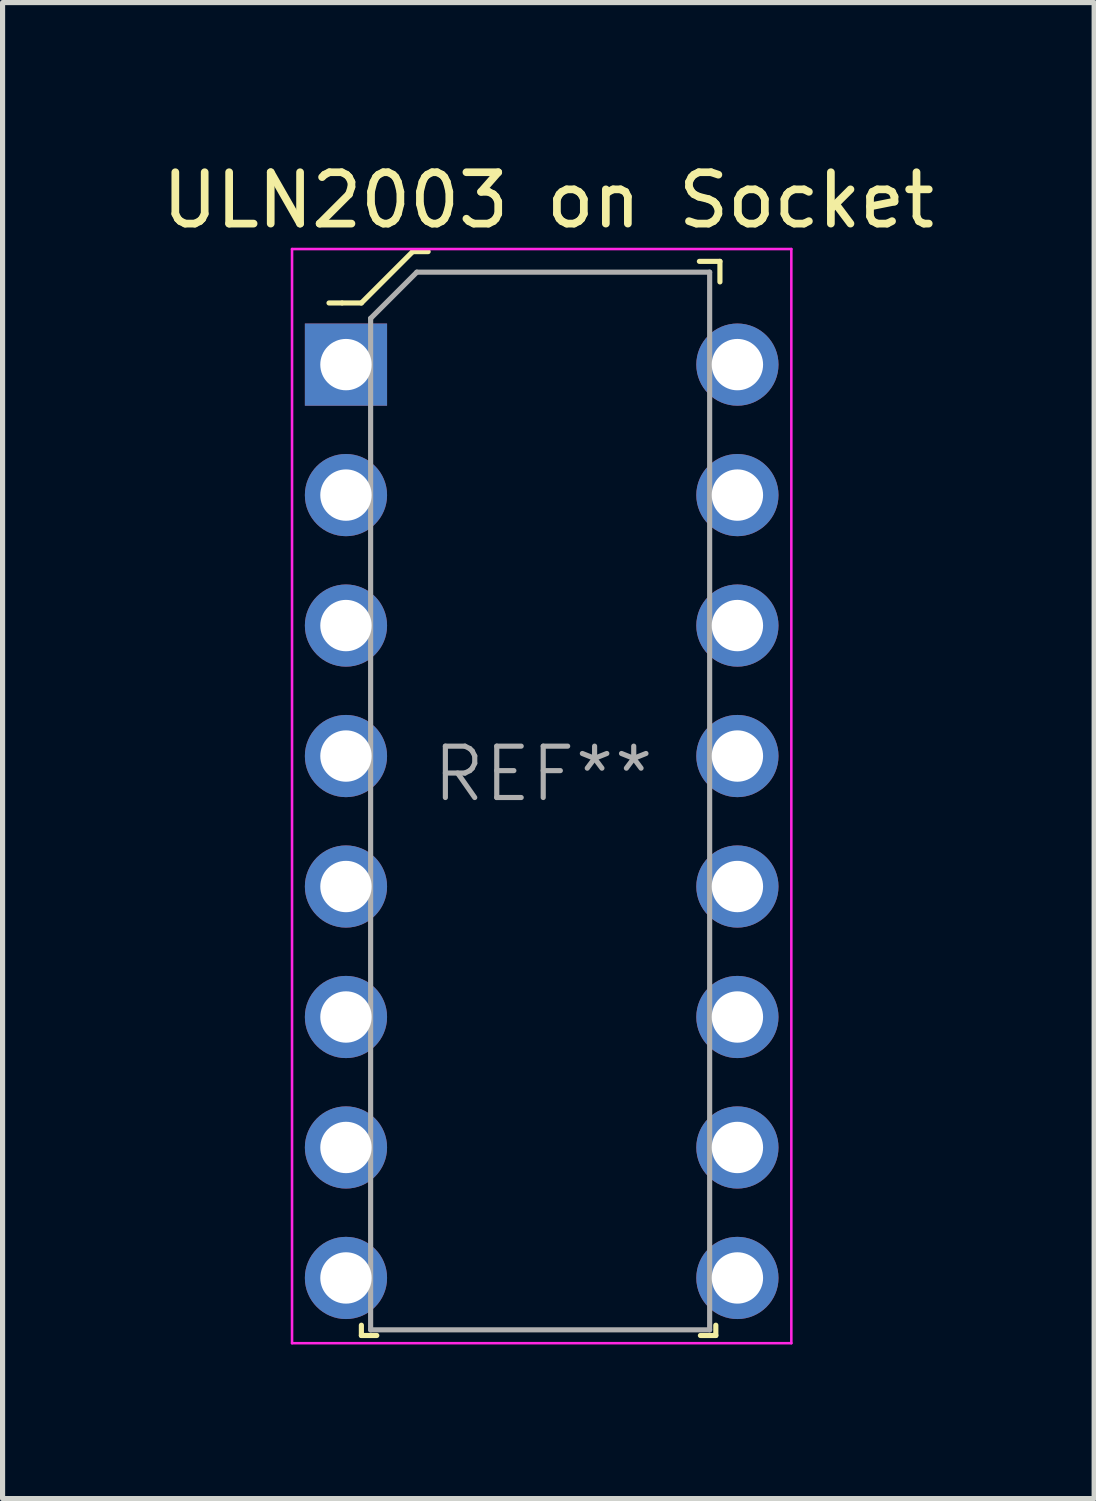
<source format=kicad_pcb>
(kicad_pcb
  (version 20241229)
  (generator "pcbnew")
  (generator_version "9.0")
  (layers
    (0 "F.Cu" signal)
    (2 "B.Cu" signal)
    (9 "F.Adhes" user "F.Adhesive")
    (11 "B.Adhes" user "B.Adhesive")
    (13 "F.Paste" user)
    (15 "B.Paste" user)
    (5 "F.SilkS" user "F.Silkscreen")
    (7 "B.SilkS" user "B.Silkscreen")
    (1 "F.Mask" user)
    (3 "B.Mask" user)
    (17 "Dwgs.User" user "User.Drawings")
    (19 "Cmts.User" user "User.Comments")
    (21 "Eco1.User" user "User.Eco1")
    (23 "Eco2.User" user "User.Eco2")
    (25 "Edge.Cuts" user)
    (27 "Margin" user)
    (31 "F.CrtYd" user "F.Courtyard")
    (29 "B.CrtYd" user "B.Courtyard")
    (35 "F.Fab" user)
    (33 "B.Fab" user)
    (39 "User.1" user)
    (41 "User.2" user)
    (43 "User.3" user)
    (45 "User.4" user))
  (footprint "ULN2003 on Socket"
    (layer "F.Cu")
    (at 3.685 4.048)
    (property "Reference" "ULN2003 on Socket" (at 3.94 -3.2 0) (layer "F.SilkS") (effects (font (size 1 1) (thickness 0.15))))
    (attr through_hole)
    (fp_line (start -0.08 -1.2) (end -0.33 -1.2) (stroke (width 0.1) (type solid)) (layer "F.SilkS"))
    (fp_line (start 0.3 -1.2) (end -0.07 -1.2) (stroke (width 0.1) (type solid)) (layer "F.SilkS"))
    (fp_line (start 0.3 18.7) (end 0.3 18.9) (stroke (width 0.1) (type solid)) (layer "F.SilkS"))
    (fp_line (start 0.3 18.9) (end 0.6 18.9) (stroke (width 0.1) (type solid)) (layer "F.SilkS"))
    (fp_line (start 1.3 -2.2) (end 0.3 -1.2) (stroke (width 0.1) (type solid)) (layer "F.SilkS"))
    (fp_line (start 1.6 -2.2) (end 1.3 -2.2) (stroke (width 0.1) (type solid)) (layer "F.SilkS"))
    (fp_line (start 6.9 18.9) (end 7.2 18.9) (stroke (width 0.1) (type solid)) (layer "F.SilkS"))
    (fp_line (start 7.2 18.9) (end 7.2 18.7) (stroke (width 0.1) (type solid)) (layer "F.SilkS"))
    (fp_line (start 7.28 -2.01) (end 6.88 -2.01) (stroke (width 0.1) (type solid)) (layer "F.SilkS"))
    (fp_line (start 7.28 -1.61) (end 7.28 -2.01) (stroke (width 0.1) (type solid)) (layer "F.SilkS"))
    (fp_line (start -1.05 -2.25) (end -1.05 19.05) (stroke (width 0.05) (type solid)) (layer "F.CrtYd"))
    (fp_line (start -1.05 -2.25) (end 8.67 -2.25) (stroke (width 0.05) (type solid)) (layer "F.CrtYd"))
    (fp_line (start -1.05 19.05) (end 8.67 19.05) (stroke (width 0.05) (type solid)) (layer "F.CrtYd"))
    (fp_line (start 8.67 19.05) (end 8.67 -2.25) (stroke (width 0.05) (type solid)) (layer "F.CrtYd"))
    (fp_line (start 0.48 -0.9) (end 0.48 18.79) (stroke (width 0.1) (type solid)) (layer "F.Fab"))
    (fp_line (start 0.48 -0.9) (end 1.38 -1.8) (stroke (width 0.1) (type solid)) (layer "F.Fab"))
    (fp_line (start 0.48 18.79) (end 7.08 18.79) (stroke (width 0.1) (type solid)) (layer "F.Fab"))
    (fp_line (start 1.38 -1.8) (end 7.08 -1.8) (stroke (width 0.1) (type solid)) (layer "F.Fab"))
    (fp_line (start 7.08 -1.8) (end 7.08 18.79) (stroke (width 0.1) (type solid)) (layer "F.Fab"))
    (fp_text user "REF**" (at 3.84 7.97 0) (layer "F.Fab") (effects (font (size 1 1) (thickness 0.1))))
    (pad "1" thru_hole rect (at 0 0) (size 1.6 1.6) (drill 1) (layers "*.Cu" "*.Mask"))
    (pad "2" thru_hole circle (at 0 2.54) (size 1.6 1.6) (drill 1) (layers "*.Cu" "*.Mask"))
    (pad "3" thru_hole circle (at 0 5.08) (size 1.6 1.6) (drill 1) (layers "*.Cu" "*.Mask"))
    (pad "4" thru_hole circle (at 0 7.62) (size 1.6 1.6) (drill 1) (layers "*.Cu" "*.Mask"))
    (pad "5" thru_hole circle (at 0 10.16) (size 1.6 1.6) (drill 1) (layers "*.Cu" "*.Mask"))
    (pad "6" thru_hole circle (at 0 12.7) (size 1.6 1.6) (drill 1) (layers "*.Cu" "*.Mask"))
    (pad "7" thru_hole circle (at 0 15.24) (size 1.6 1.6) (drill 1) (layers "*.Cu" "*.Mask"))
    (pad "8" thru_hole circle (at 0 17.78) (size 1.6 1.6) (drill 1) (layers "*.Cu" "*.Mask"))
    (pad "9" thru_hole circle (at 7.62 17.78) (size 1.6 1.6) (drill 1) (layers "*.Cu" "*.Mask"))
    (pad "10" thru_hole circle (at 7.62 15.24) (size 1.6 1.6) (drill 1) (layers "*.Cu" "*.Mask"))
    (pad "11" thru_hole circle (at 7.62 12.7) (size 1.6 1.6) (drill 1) (layers "*.Cu" "*.Mask"))
    (pad "12" thru_hole circle (at 7.62 10.16) (size 1.6 1.6) (drill 1) (layers "*.Cu" "*.Mask"))
    (pad "13" thru_hole circle (at 7.62 7.62) (size 1.6 1.6) (drill 1) (layers "*.Cu" "*.Mask"))
    (pad "14" thru_hole circle (at 7.62 5.08) (size 1.6 1.6) (drill 1) (layers "*.Cu" "*.Mask"))
    (pad "15" thru_hole circle (at 7.62 2.54) (size 1.6 1.6) (drill 1) (layers "*.Cu" "*.Mask"))
    (pad "16" thru_hole circle (at 7.62 0) (size 1.6 1.6) (drill 1) (layers "*.Cu" "*.Mask")))
  (gr_rect
    (start -3 -3)
    (end 18.25 26.123)
    (stroke (width 0.1) (type default))
    (fill no)
    (layer "Edge.Cuts")))
</source>
